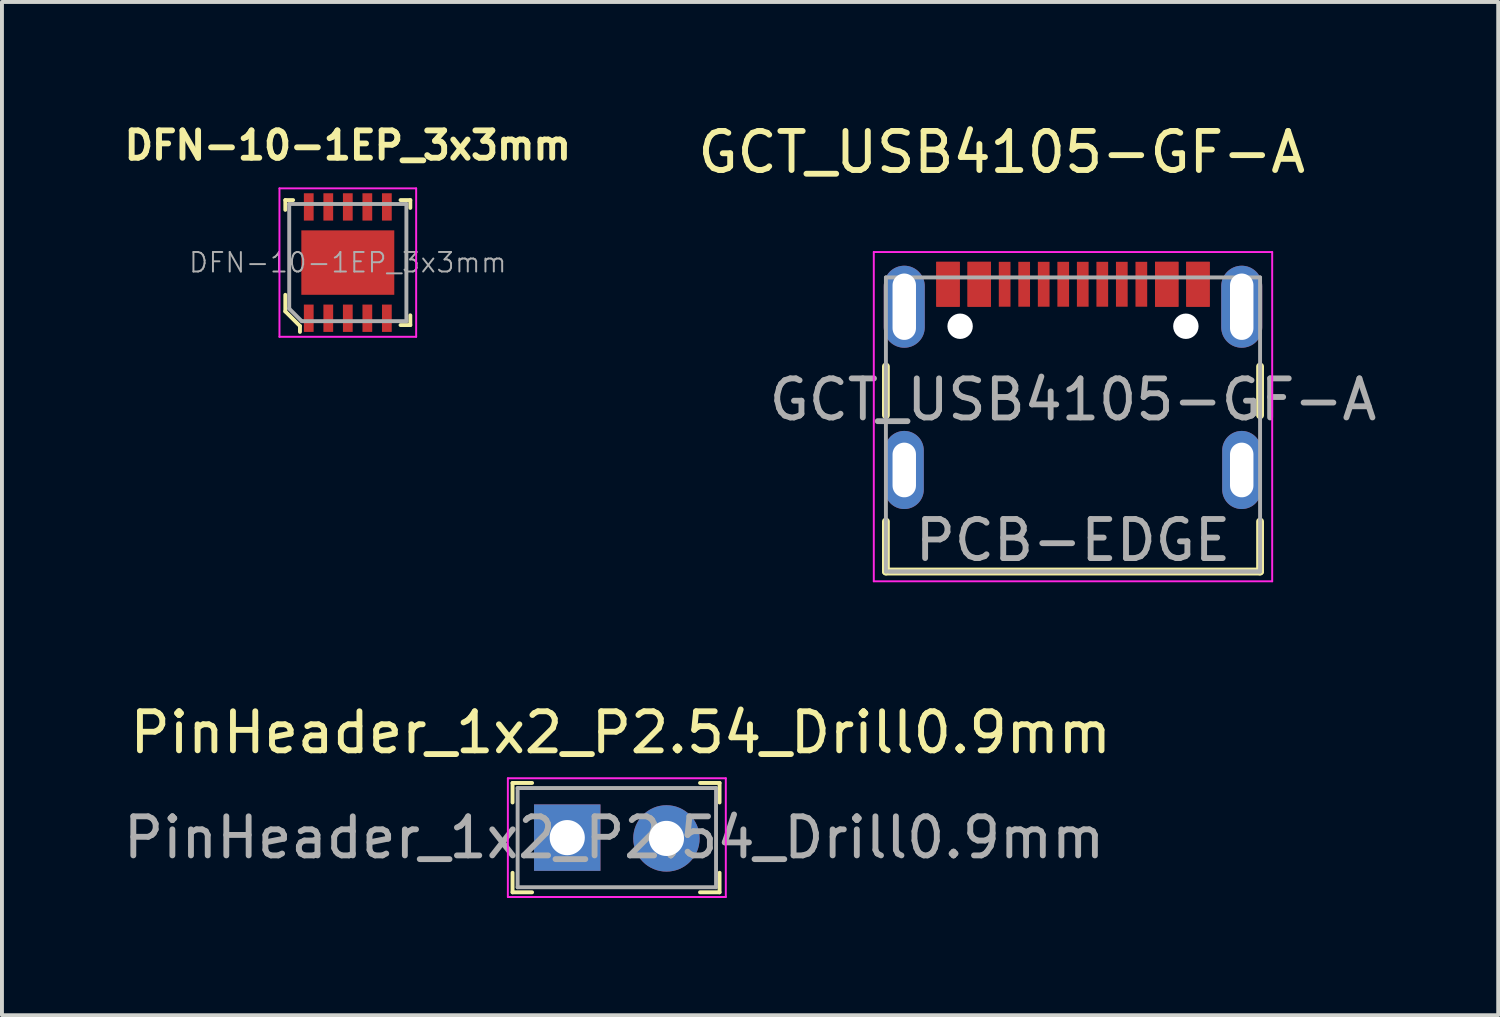
<source format=kicad_pcb>
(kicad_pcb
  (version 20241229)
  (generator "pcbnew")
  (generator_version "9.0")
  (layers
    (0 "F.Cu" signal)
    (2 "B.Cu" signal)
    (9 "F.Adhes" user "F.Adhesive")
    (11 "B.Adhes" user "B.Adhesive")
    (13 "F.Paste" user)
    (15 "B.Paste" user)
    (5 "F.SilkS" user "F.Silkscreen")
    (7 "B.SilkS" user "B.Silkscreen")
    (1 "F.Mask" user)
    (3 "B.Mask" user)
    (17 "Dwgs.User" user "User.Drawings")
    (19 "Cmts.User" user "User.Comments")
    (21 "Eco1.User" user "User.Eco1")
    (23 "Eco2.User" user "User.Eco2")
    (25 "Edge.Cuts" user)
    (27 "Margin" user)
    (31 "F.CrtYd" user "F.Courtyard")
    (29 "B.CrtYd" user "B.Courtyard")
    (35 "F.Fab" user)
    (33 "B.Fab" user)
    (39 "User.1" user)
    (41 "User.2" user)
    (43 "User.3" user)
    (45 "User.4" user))
  (footprint "GCT_USB4105-GF-A"
    (layer "F.Cu")
    (at 24.422 8.983)
    (property "Reference" "GCT_USB4105-GF-A" (at -1.825 -8.135 0) (layer "F.SilkS") (effects (font (size 1 1) (thickness 0.15))))
    (attr smd)
    (fp_line (start -4.79 -2.65) (end -4.79 -1.4) (stroke (width 0.2) (type solid)) (layer "F.SilkS"))
    (fp_line (start -4.79 1.32) (end -4.79 2.6) (stroke (width 0.2) (type solid)) (layer "F.SilkS"))
    (fp_line (start -4.79 2.6) (end 4.79 2.6) (stroke (width 0.2) (type solid)) (layer "F.SilkS"))
    (fp_line (start 4.79 -2.65) (end 4.79 -1.4) (stroke (width 0.2) (type solid)) (layer "F.SilkS"))
    (fp_line (start 4.79 2.6) (end 4.79 1.32) (stroke (width 0.2) (type solid)) (layer "F.SilkS"))
    (fp_line (start -5.1 -5.58) (end -5.1 2.85) (stroke (width 0.05) (type solid)) (layer "F.CrtYd"))
    (fp_line (start -5.1 2.85) (end 5.1 2.85) (stroke (width 0.05) (type solid)) (layer "F.CrtYd"))
    (fp_line (start 5.1 -5.58) (end -5.1 -5.58) (stroke (width 0.05) (type solid)) (layer "F.CrtYd"))
    (fp_line (start 5.1 2.85) (end 5.1 -5.58) (stroke (width 0.05) (type solid)) (layer "F.CrtYd"))
    (fp_line (start -4.79 -4.93) (end 4.79 -4.93) (stroke (width 0.1) (type solid)) (layer "F.Fab"))
    (fp_line (start -4.79 2.6) (end -4.79 -4.93) (stroke (width 0.1) (type solid)) (layer "F.Fab"))
    (fp_line (start -4.7 2.6) (end 4.79 2.6) (stroke (width 0.1) (type solid)) (layer "F.Fab"))
    (fp_line (start 4.79 -4.93) (end 4.79 2.6) (stroke (width 0.1) (type solid)) (layer "F.Fab"))
    (fp_line (start 4.79 2.6) (end -4.79 2.6) (stroke (width 0.1) (type solid)) (layer "F.Fab"))
    (fp_text user "PCB-EDGE" (at 0 1.8 0) (layer "F.Fab") (effects (font (size 1 1) (thickness 0.15))))
    (fp_text user "${REFERENCE}" (at 0 -1.8 0) (layer "F.Fab") (effects (font (size 1 1) (thickness 0.15))))
    (pad "" np_thru_hole circle (at -2.89 -3.68) (size 0.65 0.65) (drill 0.65) (layers "*.Cu" "*.Mask"))
    (pad "" np_thru_hole circle (at 2.89 -3.68) (size 0.65 0.65) (drill 0.65) (layers "*.Cu" "*.Mask"))
    (pad "A1" smd rect (at -3.2 -4.755) (size 0.6 1.15) (layers "F.Cu" "F.Mask" "F.Paste"))
    (pad "A4" smd rect (at -2.4 -4.755) (size 0.6 1.15) (layers "F.Cu" "F.Mask" "F.Paste"))
    (pad "A5" smd rect (at -1.25 -4.755) (size 0.3 1.15) (layers "F.Cu" "F.Mask" "F.Paste"))
    (pad "A6" smd rect (at -0.25 -4.755) (size 0.3 1.15) (layers "F.Cu" "F.Mask" "F.Paste"))
    (pad "A7" smd rect (at 0.25 -4.755) (size 0.3 1.15) (layers "F.Cu" "F.Mask" "F.Paste"))
    (pad "A8" smd rect (at 1.25 -4.755) (size 0.3 1.15) (layers "F.Cu" "F.Mask" "F.Paste"))
    (pad "A9" smd rect (at 2.4 -4.755) (size 0.6 1.15) (layers "F.Cu" "F.Mask" "F.Paste"))
    (pad "A12" smd rect (at 3.2 -4.755) (size 0.6 1.15) (layers "F.Cu" "F.Mask" "F.Paste"))
    (pad "B1" smd rect (at 3.2 -4.755) (size 0.6 1.15) (layers "F.Cu" "F.Mask" "F.Paste"))
    (pad "B4" smd rect (at 2.4 -4.755) (size 0.6 1.15) (layers "F.Cu" "F.Mask" "F.Paste"))
    (pad "B5" smd rect (at 1.75 -4.755) (size 0.3 1.15) (layers "F.Cu" "F.Mask" "F.Paste"))
    (pad "B6" smd rect (at 0.75 -4.755) (size 0.3 1.15) (layers "F.Cu" "F.Mask" "F.Paste"))
    (pad "B7" smd rect (at -0.75 -4.755) (size 0.3 1.15) (layers "F.Cu" "F.Mask" "F.Paste"))
    (pad "B8" smd rect (at -1.75 -4.755) (size 0.3 1.15) (layers "F.Cu" "F.Mask" "F.Paste"))
    (pad "B9" smd rect (at -2.4 -4.755) (size 0.6 1.15) (layers "F.Cu" "F.Mask" "F.Paste"))
    (pad "B12" smd rect (at -3.2 -4.755) (size 0.6 1.15) (layers "F.Cu" "F.Mask" "F.Paste"))
    (pad "S1" thru_hole oval (at -4.32 -4.18) (size 1.05 2.1) (drill oval 0.6 1.7) (layers "*.Cu" "*.Mask"))
    (pad "S1" thru_hole oval (at -4.32 0) (size 1 2) (drill oval 0.6 1.4) (layers "*.Cu" "*.Mask"))
    (pad "S1" thru_hole oval (at 4.32 -4.18) (size 1.05 2.1) (drill oval 0.6 1.7) (layers "*.Cu" "*.Mask"))
    (pad "S1" thru_hole oval (at 4.32 0) (size 1 2) (drill oval 0.6 1.4) (layers "*.Cu" "*.Mask")))
  (footprint "DFN-10-1EP_3x3mm"
    (layer "F.Cu")
    (at 5.855 3.673)
    (property "Reference" "DFN-10-1EP_3x3mm" (at 0 -3 0) (layer "F.SilkS") (effects (font (size 0.7 0.7) (thickness 0.15))))
    (attr smd)
    (fp_line (start -1.6 -1.6) (end -1.6 -1.35) (stroke (width 0.1) (type solid)) (layer "F.SilkS"))
    (fp_line (start -1.6 -1.6) (end -1.4 -1.6) (stroke (width 0.1) (type solid)) (layer "F.SilkS"))
    (fp_line (start -1.6 1.25) (end -1.6 0.825) (stroke (width 0.1) (type solid)) (layer "F.SilkS"))
    (fp_line (start -1.6 1.25) (end -1.225 1.625) (stroke (width 0.1) (type solid)) (layer "F.SilkS"))
    (fp_line (start -1.225 1.625) (end -1.225 1.775) (stroke (width 0.1) (type solid)) (layer "F.SilkS"))
    (fp_line (start 1.6 -1.6) (end 1.35 -1.6) (stroke (width 0.1) (type solid)) (layer "F.SilkS"))
    (fp_line (start 1.6 -1.6) (end 1.6 -1.4) (stroke (width 0.1) (type solid)) (layer "F.SilkS"))
    (fp_line (start 1.6 1.6) (end 1.35 1.6) (stroke (width 0.1) (type solid)) (layer "F.SilkS"))
    (fp_line (start 1.6 1.6) (end 1.6 1.35) (stroke (width 0.1) (type solid)) (layer "F.SilkS"))
    (fp_line (start -1.75 -1.9) (end 1.75 -1.9) (stroke (width 0.05) (type solid)) (layer "F.CrtYd"))
    (fp_line (start -1.75 1.9) (end -1.75 -1.9) (stroke (width 0.05) (type solid)) (layer "F.CrtYd"))
    (fp_line (start -1.75 1.9) (end 1.75 1.9) (stroke (width 0.05) (type solid)) (layer "F.CrtYd"))
    (fp_line (start 1.75 -1.9) (end 1.75 1.9) (stroke (width 0.05) (type solid)) (layer "F.CrtYd"))
    (fp_line (start -1.5 -1.5) (end -1.5 1.175) (stroke (width 0.1) (type solid)) (layer "F.Fab"))
    (fp_line (start -1.5 -1.5) (end 1.5 -1.5) (stroke (width 0.1) (type solid)) (layer "F.Fab"))
    (fp_line (start -1.18 1.5) (end -1.5 1.18) (stroke (width 0.1) (type solid)) (layer "F.Fab"))
    (fp_line (start 1.5 -1.5) (end 1.5 1.5) (stroke (width 0.1) (type solid)) (layer "F.Fab"))
    (fp_line (start 1.5 1.5) (end -1.175 1.5) (stroke (width 0.1) (type solid)) (layer "F.Fab"))
    (fp_text user "${REFERENCE}" (at 0 0 0) (layer "F.Fab") (effects (font (size 0.5 0.5) (thickness 0.05))))
    (pad "1" smd rect (at -1 1.425) (size 0.25 0.7) (layers "F.Cu" "F.Mask" "F.Paste"))
    (pad "2" smd rect (at -0.5 1.425) (size 0.25 0.7) (layers "F.Cu" "F.Mask" "F.Paste"))
    (pad "3" smd rect (at 0 1.425) (size 0.25 0.7) (layers "F.Cu" "F.Mask" "F.Paste"))
    (pad "4" smd rect (at 0.5 1.425) (size 0.25 0.7) (layers "F.Cu" "F.Mask" "F.Paste"))
    (pad "5" smd rect (at 1 1.425) (size 0.25 0.7) (layers "F.Cu" "F.Mask" "F.Paste"))
    (pad "6" smd rect (at 1 -1.425) (size 0.25 0.7) (layers "F.Cu" "F.Mask" "F.Paste"))
    (pad "7" smd rect (at 0.5 -1.425) (size 0.25 0.7) (layers "F.Cu" "F.Mask" "F.Paste"))
    (pad "8" smd rect (at 0 -1.425) (size 0.25 0.7) (layers "F.Cu" "F.Mask" "F.Paste"))
    (pad "9" smd rect (at -0.5 -1.425) (size 0.25 0.7) (layers "F.Cu" "F.Mask" "F.Paste"))
    (pad "10" smd rect (at -1 -1.425) (size 0.25 0.7) (layers "F.Cu" "F.Mask" "F.Paste"))
    (pad "11" smd rect (at 0 0) (size 2.38 1.65) (layers "F.Cu" "F.Mask" "F.Paste")))
  (footprint "PinHeader_1x2_P2.54_Drill0.9mm"
    (layer "F.Cu")
    (at 11.473 18.396)
    (property "Reference" "PinHeader_1x2_P2.54_Drill0.9mm" (at 1.37 -2.69 0) (layer "F.SilkS") (effects (font (size 1 1) (thickness 0.15))))
    (attr through_hole)
    (fp_line (start -1.4 -1.4) (end -1.4 -0.9) (stroke (width 0.1) (type solid)) (layer "F.SilkS"))
    (fp_line (start -1.4 -1.4) (end -0.9 -1.4) (stroke (width 0.1) (type solid)) (layer "F.SilkS"))
    (fp_line (start -1.4 1.4) (end -1.4 0.9) (stroke (width 0.1) (type solid)) (layer "F.SilkS"))
    (fp_line (start -1.4 1.4) (end -0.9 1.4) (stroke (width 0.1) (type solid)) (layer "F.SilkS"))
    (fp_line (start 3.9 -1.4) (end 3.4 -1.4) (stroke (width 0.1) (type solid)) (layer "F.SilkS"))
    (fp_line (start 3.9 -1.4) (end 3.9 -0.9) (stroke (width 0.1) (type solid)) (layer "F.SilkS"))
    (fp_line (start 3.9 1.4) (end 3.4 1.4) (stroke (width 0.1) (type solid)) (layer "F.SilkS"))
    (fp_line (start 3.9 1.4) (end 3.9 0.9) (stroke (width 0.1) (type solid)) (layer "F.SilkS"))
    (fp_line (start -1.52 -1.52) (end -1.52 1.52) (stroke (width 0.05) (type solid)) (layer "F.CrtYd"))
    (fp_line (start 4.06 -1.52) (end -1.52 -1.52) (stroke (width 0.05) (type solid)) (layer "F.CrtYd"))
    (fp_line (start 4.06 -1.52) (end 4.06 1.52) (stroke (width 0.05) (type solid)) (layer "F.CrtYd"))
    (fp_line (start 4.06 1.52) (end -1.52 1.52) (stroke (width 0.05) (type solid)) (layer "F.CrtYd"))
    (fp_line (start -1.27 -1.27) (end 3.81 -1.27) (stroke (width 0.1) (type solid)) (layer "F.Fab"))
    (fp_line (start -1.27 1.27) (end -1.27 -1.27) (stroke (width 0.1) (type solid)) (layer "F.Fab"))
    (fp_line (start -1.27 1.27) (end 3.81 1.27) (stroke (width 0.1) (type solid)) (layer "F.Fab"))
    (fp_line (start 3.81 1.27) (end 3.81 -1.27) (stroke (width 0.1) (type solid)) (layer "F.Fab"))
    (fp_text user "${REFERENCE}" (at 1.2 0 0) (layer "F.Fab") (effects (font (size 1 1) (thickness 0.15))))
    (pad "1" thru_hole rect (at 0 0) (size 1.7 1.7) (drill 0.9) (layers "*.Cu" "*.Mask"))
    (pad "2" thru_hole circle (at 2.54 0.02) (size 1.7 1.7) (drill 0.9) (layers "*.Cu" "*.Mask")))
  (gr_rect
    (start -3 -3)
    (end 35.309 22.942)
    (stroke (width 0.1) (type default))
    (fill no)
    (layer "Edge.Cuts")))
</source>
